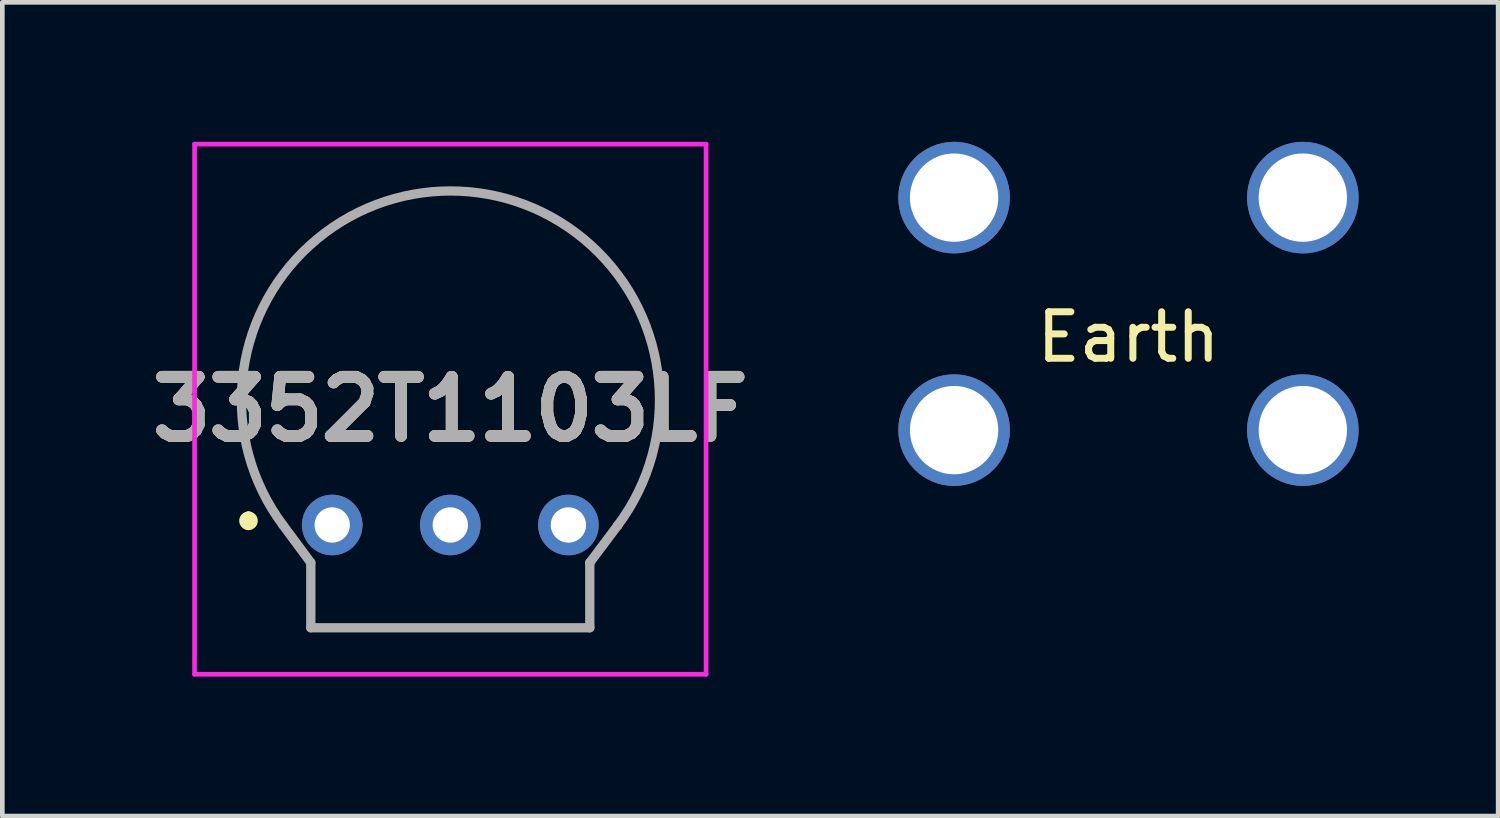
<source format=kicad_pcb>
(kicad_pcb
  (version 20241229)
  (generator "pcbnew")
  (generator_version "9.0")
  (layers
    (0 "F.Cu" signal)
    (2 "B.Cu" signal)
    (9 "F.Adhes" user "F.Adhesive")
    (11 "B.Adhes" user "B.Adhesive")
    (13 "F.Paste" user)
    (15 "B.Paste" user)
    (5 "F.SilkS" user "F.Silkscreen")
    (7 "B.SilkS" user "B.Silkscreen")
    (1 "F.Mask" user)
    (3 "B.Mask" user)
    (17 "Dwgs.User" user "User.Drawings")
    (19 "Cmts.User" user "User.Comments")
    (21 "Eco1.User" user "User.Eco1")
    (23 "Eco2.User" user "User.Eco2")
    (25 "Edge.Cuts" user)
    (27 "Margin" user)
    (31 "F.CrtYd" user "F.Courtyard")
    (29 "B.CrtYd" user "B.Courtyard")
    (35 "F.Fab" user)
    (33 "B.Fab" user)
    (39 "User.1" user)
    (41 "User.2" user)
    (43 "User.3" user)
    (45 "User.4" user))
  (footprint "Earth"
    (layer "F.Cu")
    (at 21.218 3.7)
    (property "Reference" "Earth" (at 0 0.5 0) (layer "F.SilkS") (effects (font (size 1 1) (thickness 0.15))))
    (attr through_hole)
    (pad "" np_thru_hole circle (at -3.75 -2.5) (size 2.4 2.4) (drill 1.9) (layers "*.Cu" "*.Mask"))
    (pad "" np_thru_hole circle (at -3.75 2.5) (size 2.4 2.4) (drill 1.9) (layers "*.Cu" "*.Mask"))
    (pad "" np_thru_hole circle (at 3.75 -2.5) (size 2.4 2.4) (drill 1.9) (layers "*.Cu" "*.Mask"))
    (pad "" np_thru_hole circle (at 3.75 2.5) (size 2.4 2.4) (drill 1.9) (layers "*.Cu" "*.Mask")))
  (footprint "3352T1103LF"
    (layer "F.Cu")
    (at 4.094 8.25)
    (property "Reference" "3352T1103LF" (at 2.54 -2.5 0) (layer "F.SilkS") (effects (font (size 1.27 1.27) (thickness 0.254))))
    (attr through_hole)
    (fp_line (start -1.8 -0.2) (end -1.8 -0.2) (stroke (width 0.2) (type solid)) (layer "F.SilkS"))
    (fp_line (start -1.8 0) (end -1.8 0) (stroke (width 0.2) (type solid)) (layer "F.SilkS"))
    (fp_line (start -1.06 0) (end -0.46 0.8) (stroke (width 0.1) (type solid)) (layer "F.SilkS"))
    (fp_line (start -0.46 0.8) (end -0.46 2.187) (stroke (width 0.1) (type solid)) (layer "F.SilkS"))
    (fp_line (start -0.46 2.187) (end 5.54 2.2) (stroke (width 0.1) (type solid)) (layer "F.SilkS"))
    (fp_line (start 5.54 0.8) (end 6.14 0) (stroke (width 0.1) (type solid)) (layer "F.SilkS"))
    (fp_line (start 5.54 2.2) (end 5.54 0.8) (stroke (width 0.1) (type solid)) (layer "F.SilkS"))
    (fp_line (start 6.14 0) (end 6.14 0) (stroke (width 0.1) (type solid)) (layer "F.SilkS"))
    (fp_arc (start -1.8 -0.2) (mid -1.7 -0.1) (end -1.8 0) (stroke (width 0.2) (type solid)) (layer "F.SilkS"))
    (fp_arc (start -1.8 0) (mid -1.9 -0.1) (end -1.8 -0.2) (stroke (width 0.2) (type solid)) (layer "F.SilkS"))
    (fp_arc (start -1.061874 -0.002501) (mid 2.541563 -7.199999) (end 6.14 0) (stroke (width 0.1) (type solid)) (layer "F.SilkS"))
    (fp_line (start -2.96 -8.2) (end 8.04 -8.2) (stroke (width 0.1) (type solid)) (layer "F.CrtYd"))
    (fp_line (start -2.96 3.2) (end -2.96 -8.2) (stroke (width 0.1) (type solid)) (layer "F.CrtYd"))
    (fp_line (start 8.04 -8.2) (end 8.04 3.2) (stroke (width 0.1) (type solid)) (layer "F.CrtYd"))
    (fp_line (start 8.04 3.2) (end -2.96 3.2) (stroke (width 0.1) (type solid)) (layer "F.CrtYd"))
    (fp_line (start -1.06 -0.01) (end -0.46 0.8) (stroke (width 0.2) (type solid)) (layer "F.Fab"))
    (fp_line (start -0.46 0.8) (end -0.46 2.2) (stroke (width 0.2) (type solid)) (layer "F.Fab"))
    (fp_line (start -0.46 2.2) (end 5.54 2.2) (stroke (width 0.2) (type solid)) (layer "F.Fab"))
    (fp_line (start 5.54 0.8) (end 6.14 0) (stroke (width 0.2) (type solid)) (layer "F.Fab"))
    (fp_line (start 5.54 2.2) (end 5.54 0.8) (stroke (width 0.2) (type solid)) (layer "F.Fab"))
    (fp_line (start 6.14 0) (end 6.14 0) (stroke (width 0.2) (type solid)) (layer "F.Fab"))
    (fp_arc (start -1.05969 -0.008943) (mid 2.549084 -7.193196) (end 6.14 0) (stroke (width 0.2) (type solid)) (layer "F.Fab"))
    (fp_text user "${REFERENCE}" (at 2.54 -2.5 0) (layer "F.Fab") (effects (font (size 1.27 1.27) (thickness 0.254))))
    (pad "1" thru_hole circle (at 0 -0.01) (size 1.303 1.303) (drill 0.76) (layers "*.Cu" "*.Mask"))
    (pad "2" thru_hole circle (at 2.54 -0.01) (size 1.303 1.303) (drill 0.76) (layers "*.Cu" "*.Mask"))
    (pad "3" thru_hole circle (at 5.08 -0.01) (size 1.303 1.303) (drill 0.76) (layers "*.Cu" "*.Mask")))
  (gr_rect
    (start -3 -3)
    (end 29.168 14.5)
    (stroke (width 0.1) (type default))
    (fill no)
    (layer "Edge.Cuts")))
</source>
